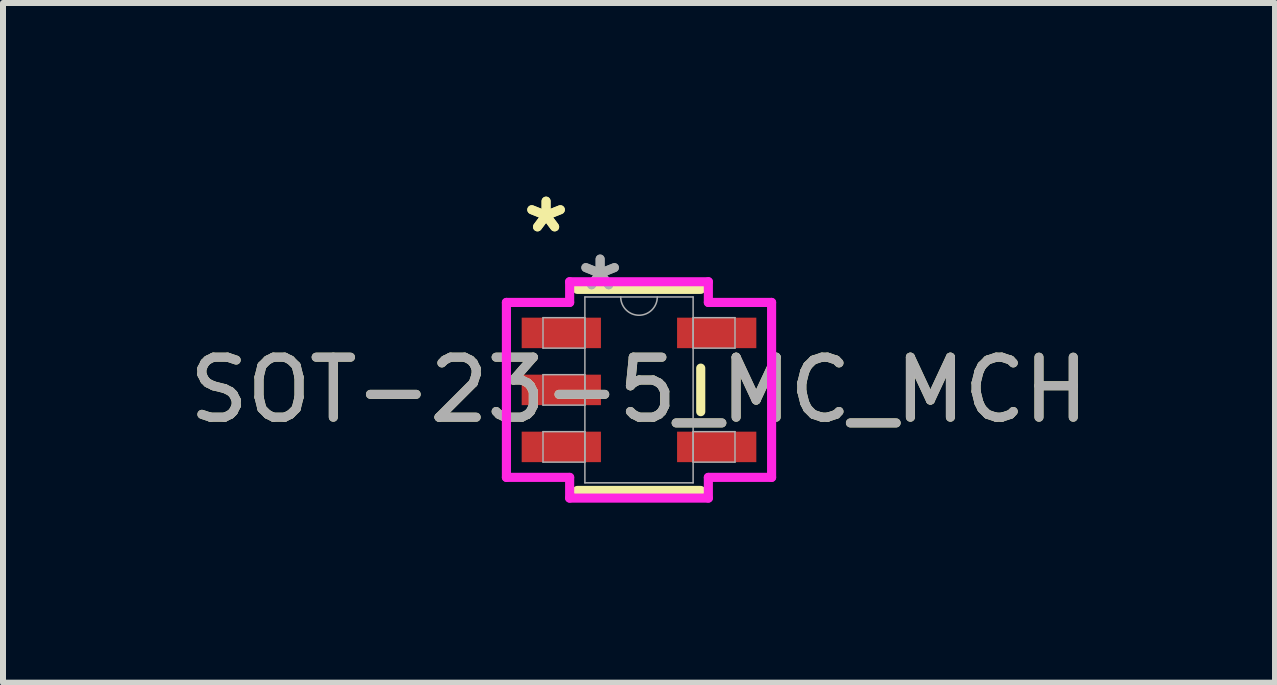
<source format=kicad_pcb>
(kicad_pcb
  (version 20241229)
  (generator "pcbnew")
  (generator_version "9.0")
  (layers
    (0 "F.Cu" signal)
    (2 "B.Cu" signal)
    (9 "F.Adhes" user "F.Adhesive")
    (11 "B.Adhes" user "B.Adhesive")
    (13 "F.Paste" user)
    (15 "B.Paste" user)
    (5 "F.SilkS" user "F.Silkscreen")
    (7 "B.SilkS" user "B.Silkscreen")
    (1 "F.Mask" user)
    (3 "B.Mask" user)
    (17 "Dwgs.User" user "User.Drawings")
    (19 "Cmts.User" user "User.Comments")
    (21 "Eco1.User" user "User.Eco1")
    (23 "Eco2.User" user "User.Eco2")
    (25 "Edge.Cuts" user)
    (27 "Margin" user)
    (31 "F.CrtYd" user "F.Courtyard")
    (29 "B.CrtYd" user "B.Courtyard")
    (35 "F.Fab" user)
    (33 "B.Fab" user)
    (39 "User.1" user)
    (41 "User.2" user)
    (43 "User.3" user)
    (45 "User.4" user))
  (footprint "SOT-23-5_MC_MCH"
    (layer "F.Cu")
    (at 7.601 3.449)
    (property "Reference" "SOT-23-5_MC_MCH" (at 0 0 0) (unlocked yes) (layer "F.SilkS") (effects (font (size 1 1) (thickness 0.15))))
    (attr smd)
    (fp_line (start -1.029 1.676) (end 1.029 1.676) (stroke (width 0.152) (type solid)) (layer "F.SilkS"))
    (fp_line (start 1.029 -1.676) (end -1.029 -1.676) (stroke (width 0.152) (type solid)) (layer "F.SilkS"))
    (fp_line (start 1.029 0.363) (end 1.029 -0.363) (stroke (width 0.152) (type solid)) (layer "F.SilkS"))
    (fp_line (start -2.21 -1.458) (end -1.156 -1.458) (stroke (width 0.152) (type solid)) (layer "F.CrtYd"))
    (fp_line (start -2.21 1.458) (end -2.21 -1.458) (stroke (width 0.152) (type solid)) (layer "F.CrtYd"))
    (fp_line (start -1.156 -1.803) (end 1.156 -1.803) (stroke (width 0.152) (type solid)) (layer "F.CrtYd"))
    (fp_line (start -1.156 -1.458) (end -1.156 -1.803) (stroke (width 0.152) (type solid)) (layer "F.CrtYd"))
    (fp_line (start -1.156 1.458) (end -2.21 1.458) (stroke (width 0.152) (type solid)) (layer "F.CrtYd"))
    (fp_line (start -1.156 1.803) (end -1.156 1.458) (stroke (width 0.152) (type solid)) (layer "F.CrtYd"))
    (fp_line (start 1.156 -1.803) (end 1.156 -1.458) (stroke (width 0.152) (type solid)) (layer "F.CrtYd"))
    (fp_line (start 1.156 -1.458) (end 2.21 -1.458) (stroke (width 0.152) (type solid)) (layer "F.CrtYd"))
    (fp_line (start 1.156 1.458) (end 1.156 1.803) (stroke (width 0.152) (type solid)) (layer "F.CrtYd"))
    (fp_line (start 1.156 1.803) (end -1.156 1.803) (stroke (width 0.152) (type solid)) (layer "F.CrtYd"))
    (fp_line (start 2.21 -1.458) (end 2.21 1.458) (stroke (width 0.152) (type solid)) (layer "F.CrtYd"))
    (fp_line (start 2.21 1.458) (end 1.156 1.458) (stroke (width 0.152) (type solid)) (layer "F.CrtYd"))
    (fp_line (start -1.6 -1.204) (end -1.6 -0.696) (stroke (width 0.025) (type solid)) (layer "F.Fab"))
    (fp_line (start -1.6 -0.696) (end -0.902 -0.696) (stroke (width 0.025) (type solid)) (layer "F.Fab"))
    (fp_line (start -1.6 -0.254) (end -1.6 0.254) (stroke (width 0.025) (type solid)) (layer "F.Fab"))
    (fp_line (start -1.6 0.254) (end -0.902 0.254) (stroke (width 0.025) (type solid)) (layer "F.Fab"))
    (fp_line (start -1.6 0.696) (end -1.6 1.204) (stroke (width 0.025) (type solid)) (layer "F.Fab"))
    (fp_line (start -1.6 1.204) (end -0.902 1.204) (stroke (width 0.025) (type solid)) (layer "F.Fab"))
    (fp_line (start -0.902 -1.549) (end -0.902 1.549) (stroke (width 0.025) (type solid)) (layer "F.Fab"))
    (fp_line (start -0.902 -1.204) (end -1.6 -1.204) (stroke (width 0.025) (type solid)) (layer "F.Fab"))
    (fp_line (start -0.902 -0.696) (end -0.902 -1.204) (stroke (width 0.025) (type solid)) (layer "F.Fab"))
    (fp_line (start -0.902 -0.254) (end -1.6 -0.254) (stroke (width 0.025) (type solid)) (layer "F.Fab"))
    (fp_line (start -0.902 0.254) (end -0.902 -0.254) (stroke (width 0.025) (type solid)) (layer "F.Fab"))
    (fp_line (start -0.902 0.696) (end -1.6 0.696) (stroke (width 0.025) (type solid)) (layer "F.Fab"))
    (fp_line (start -0.902 1.204) (end -0.902 0.696) (stroke (width 0.025) (type solid)) (layer "F.Fab"))
    (fp_line (start -0.902 1.549) (end 0.902 1.549) (stroke (width 0.025) (type solid)) (layer "F.Fab"))
    (fp_line (start 0.902 -1.549) (end -0.902 -1.549) (stroke (width 0.025) (type solid)) (layer "F.Fab"))
    (fp_line (start 0.902 -1.204) (end 0.902 -0.696) (stroke (width 0.025) (type solid)) (layer "F.Fab"))
    (fp_line (start 0.902 -0.696) (end 1.6 -0.696) (stroke (width 0.025) (type solid)) (layer "F.Fab"))
    (fp_line (start 0.902 0.696) (end 0.902 1.204) (stroke (width 0.025) (type solid)) (layer "F.Fab"))
    (fp_line (start 0.902 1.204) (end 1.6 1.204) (stroke (width 0.025) (type solid)) (layer "F.Fab"))
    (fp_line (start 0.902 1.549) (end 0.902 -1.549) (stroke (width 0.025) (type solid)) (layer "F.Fab"))
    (fp_line (start 1.6 -1.204) (end 0.902 -1.204) (stroke (width 0.025) (type solid)) (layer "F.Fab"))
    (fp_line (start 1.6 -0.696) (end 1.6 -1.204) (stroke (width 0.025) (type solid)) (layer "F.Fab"))
    (fp_line (start 1.6 0.696) (end 0.902 0.696) (stroke (width 0.025) (type solid)) (layer "F.Fab"))
    (fp_line (start 1.6 1.204) (end 1.6 0.696) (stroke (width 0.025) (type solid)) (layer "F.Fab"))
    (fp_arc (start 0.3048 -1.5494) (mid 0 -1.2446) (end -0.3048 -1.5494) (stroke (width 0.0254) (type solid)) (layer "F.Fab"))
    (fp_text user "*" (at -1.549 -2.601 0) (unlocked yes) (layer "F.SilkS") (effects (font (size 1 1) (thickness 0.15))))
    (fp_text user "*" (at -1.549 -2.601 0) (layer "F.SilkS") (effects (font (size 1 1) (thickness 0.15))))
    (fp_text user "*" (at -0.648 -1.636 0) (layer "F.Fab") (effects (font (size 1 1) (thickness 0.15))))
    (fp_text user "${REFERENCE}" (at 0 0 0) (unlocked yes) (layer "F.Fab") (effects (font (size 1 1) (thickness 0.15))))
    (fp_text user "*" (at -0.648 -1.636 0) (unlocked yes) (layer "F.Fab") (effects (font (size 1 1) (thickness 0.15))))
    (pad "1" smd rect (at -1.295 -0.95) (size 1.321 0.508) (layers "F.Cu" "F.Mask" "F.Paste"))
    (pad "2" smd rect (at -1.295 0) (size 1.321 0.508) (layers "F.Cu" "F.Mask" "F.Paste"))
    (pad "3" smd rect (at -1.295 0.95) (size 1.321 0.508) (layers "F.Cu" "F.Mask" "F.Paste"))
    (pad "4" smd rect (at 1.295 0.95) (size 1.321 0.508) (layers "F.Cu" "F.Mask" "F.Paste"))
    (pad "5" smd rect (at 1.295 -0.95) (size 1.321 0.508) (layers "F.Cu" "F.Mask" "F.Paste")))
  (gr_rect
    (start -3 -3)
    (end 18.202 8.329)
    (stroke (width 0.1) (type default))
    (fill no)
    (layer "Edge.Cuts")))
</source>
